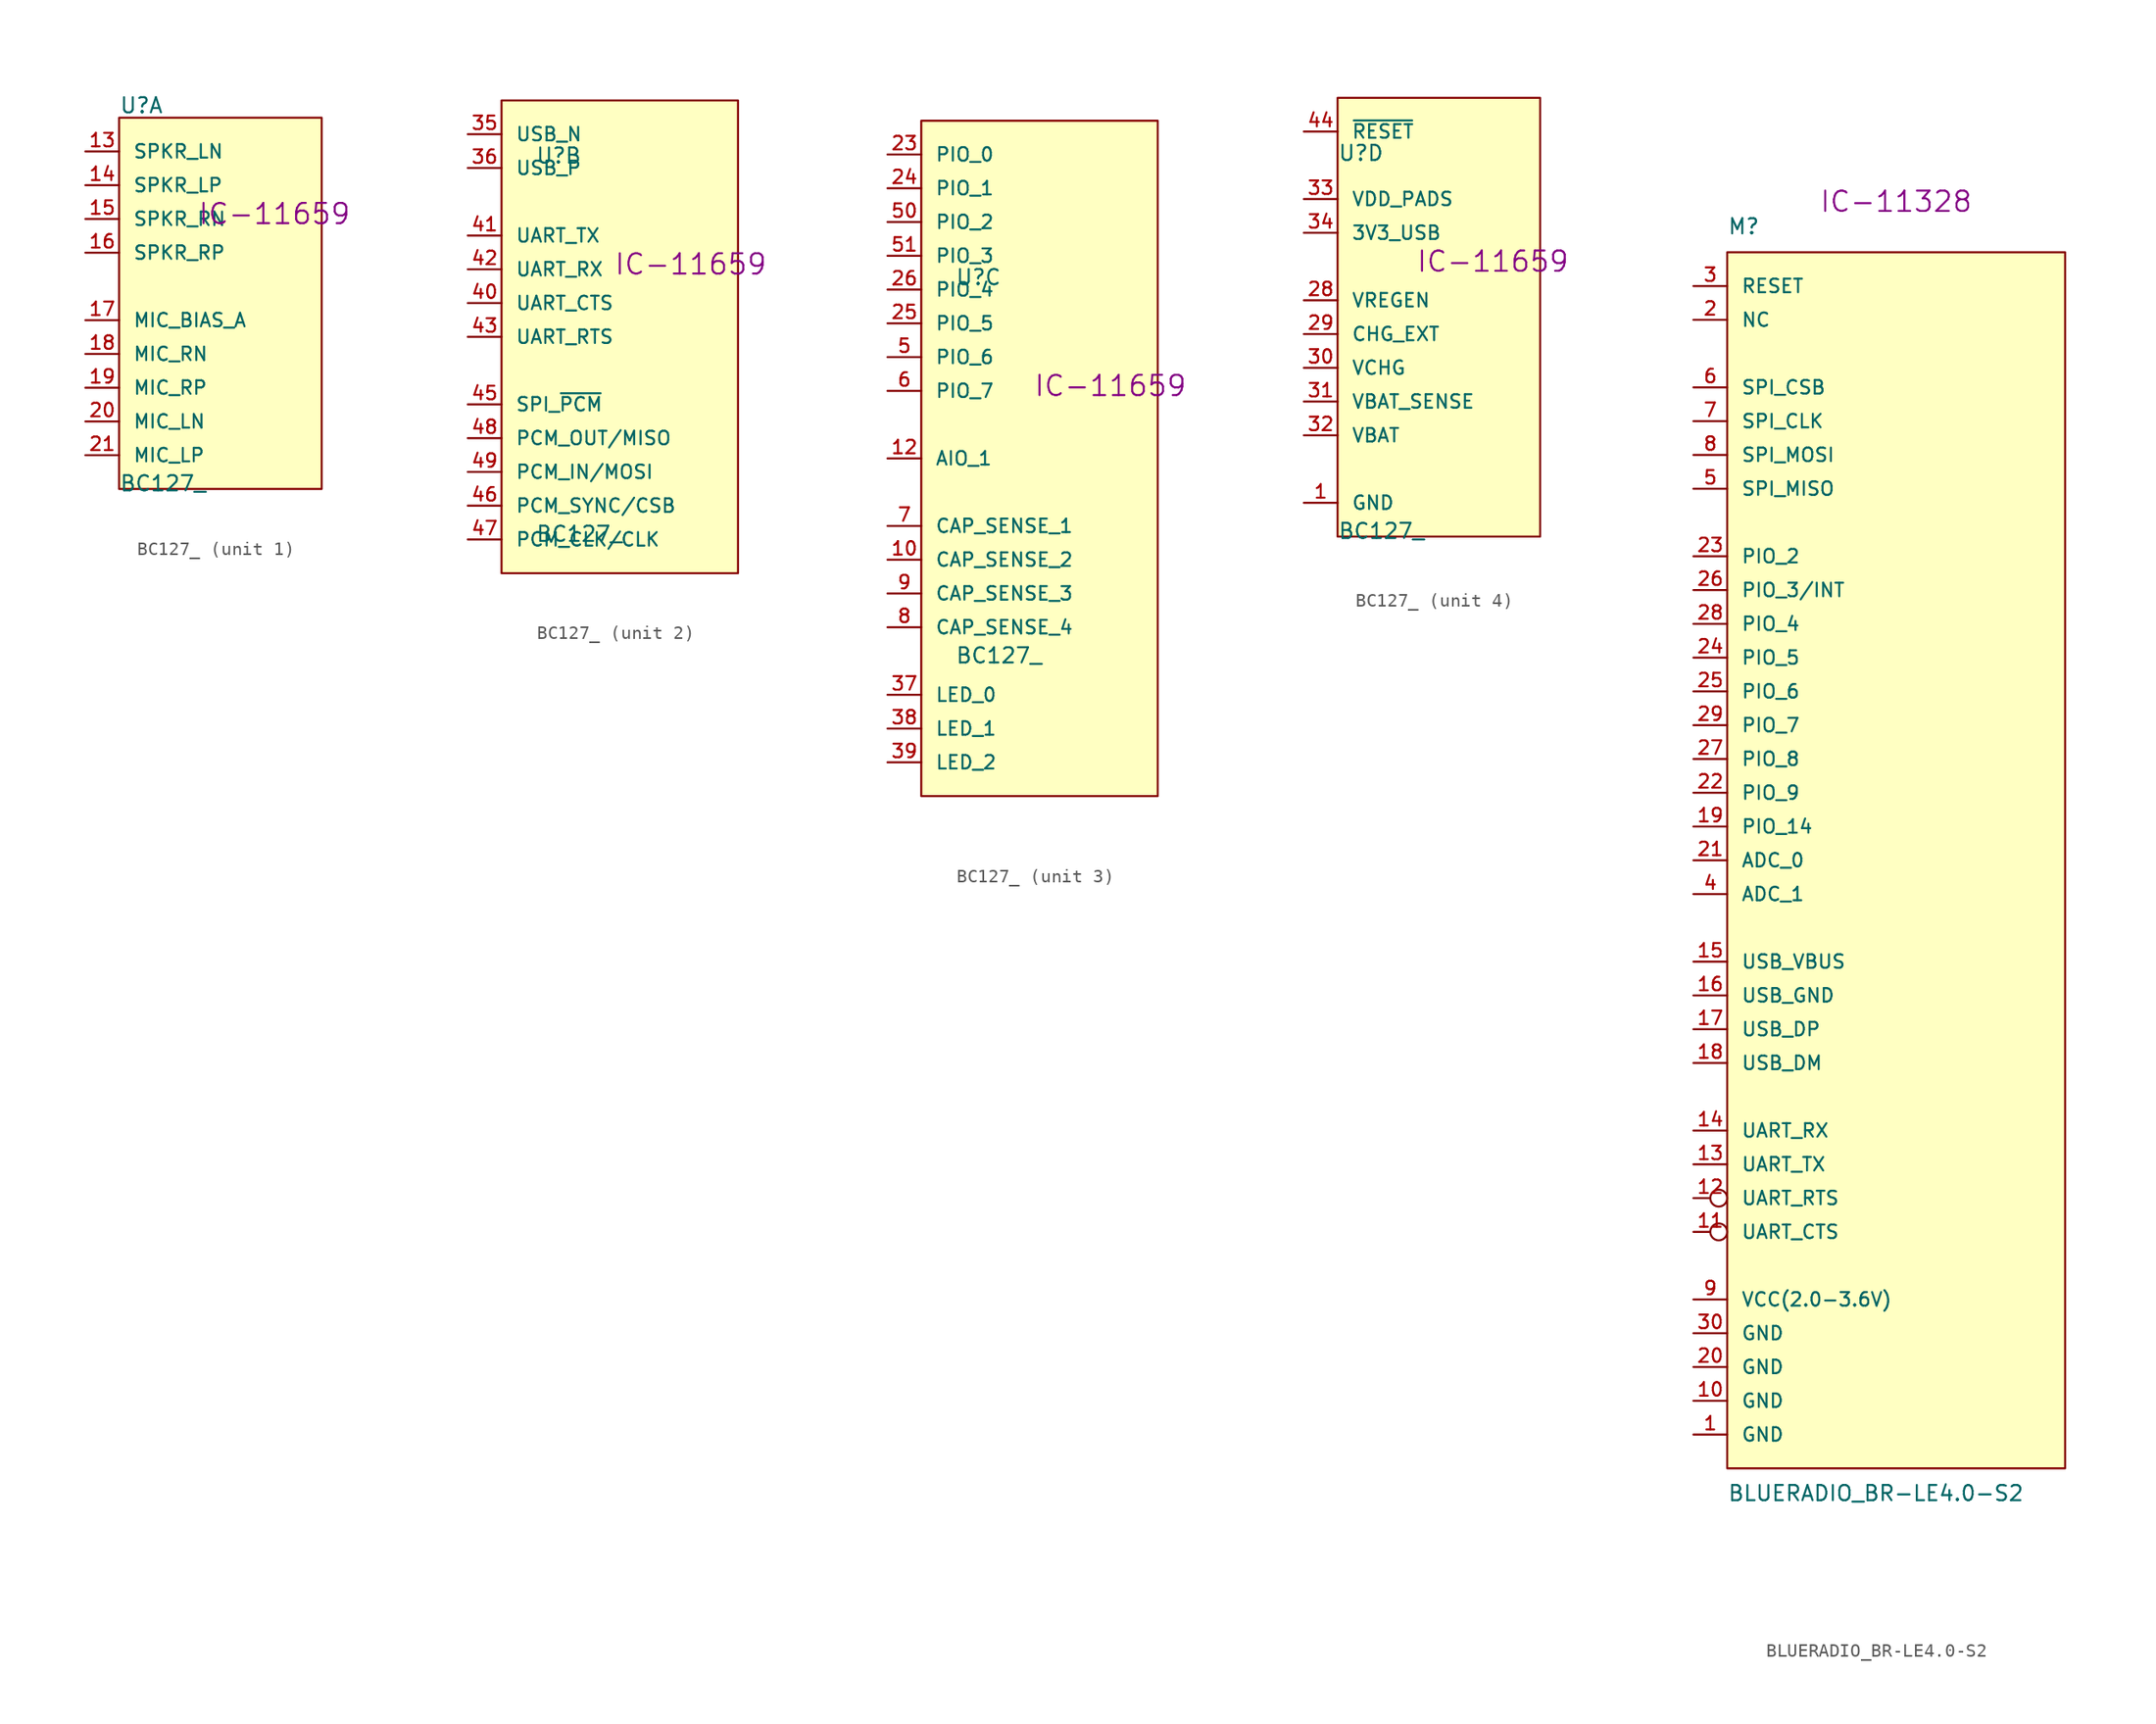
<source format=kicad_sym>
(kicad_symbol_lib
  (version 20201005)
  (generator kicad_symbol_editor)
  (symbol "BC127_"
    (pin_names
      (offset 1.016))
    (property "Reference" "U"
      (at -7.62 12.954 0)
      (effects (font (size 1.143 1.143)) (justify left bottom)))
    (property "Value" "BC127_"
      (at -7.62 -15.494 0)
      (effects (font (size 1.143 1.143)) (justify left bottom)))
    (property "Field4" "IC-11659"
      (at 4.064 5.461 0)
      (effects (font (size 1.524 1.524))))
    (property "ki_locked" ""
      (at 0 0 0)
      (effects (font (size 1.27 1.27))))
    (symbol "BC127__1_1"
      (polyline (pts (xy -7.62 12.7) (xy -7.62 -15.24) (xy 7.62 -15.24) (xy 7.62 12.7) (xy -7.62 12.7)) (stroke (width 0)) (fill (type background)))
      (pin bidirectional line (at -10.16 -10.16 0) (length 2.54) (name "MIC_LN" (effects (font (size 1.016 1.016)))) (number "20" (effects (font (size 1.016 1.016)))))
      (pin bidirectional line (at -10.16 -12.7 0) (length 2.54) (name "MIC_LP" (effects (font (size 1.016 1.016)))) (number "21" (effects (font (size 1.016 1.016)))))
      (pin bidirectional line (at -10.16 10.16 0) (length 2.54) (name "SPKR_LN" (effects (font (size 1.016 1.016)))) (number "13" (effects (font (size 1.016 1.016)))))
      (pin bidirectional line (at -10.16 7.62 0) (length 2.54) (name "SPKR_LP" (effects (font (size 1.016 1.016)))) (number "14" (effects (font (size 1.016 1.016)))))
      (pin bidirectional line (at -10.16 5.08 0) (length 2.54) (name "SPKR_RN" (effects (font (size 1.016 1.016)))) (number "15" (effects (font (size 1.016 1.016)))))
      (pin bidirectional line (at -10.16 2.54 0) (length 2.54) (name "SPKR_RP" (effects (font (size 1.016 1.016)))) (number "16" (effects (font (size 1.016 1.016)))))
      (pin bidirectional line (at -10.16 -2.54 0) (length 2.54) (name "MIC_BIAS_A" (effects (font (size 1.016 1.016)))) (number "17" (effects (font (size 1.016 1.016)))))
      (pin bidirectional line (at -10.16 -5.08 0) (length 2.54) (name "MIC_RN" (effects (font (size 1.016 1.016)))) (number "18" (effects (font (size 1.016 1.016)))))
      (pin bidirectional line (at -10.16 -7.62 0) (length 2.54) (name "MIC_RP" (effects (font (size 1.016 1.016)))) (number "19" (effects (font (size 1.016 1.016))))))
    (symbol "BC127__2_1"
      (polyline (pts (xy -10.16 17.78) (xy -10.16 -17.78) (xy 7.62 -17.78) (xy 7.62 17.78) (xy -10.16 17.78)) (stroke (width 0)) (fill (type background)))
      (pin bidirectional line (at -12.7 2.54 0) (length 2.54) (name "UART_CTS" (effects (font (size 1.016 1.016)))) (number "40" (effects (font (size 1.016 1.016)))))
      (pin bidirectional line (at -12.7 7.62 0) (length 2.54) (name "UART_TX" (effects (font (size 1.016 1.016)))) (number "41" (effects (font (size 1.016 1.016)))))
      (pin bidirectional line (at -12.7 5.08 0) (length 2.54) (name "UART_RX" (effects (font (size 1.016 1.016)))) (number "42" (effects (font (size 1.016 1.016)))))
      (pin bidirectional line (at -12.7 0 0) (length 2.54) (name "UART_RTS" (effects (font (size 1.016 1.016)))) (number "43" (effects (font (size 1.016 1.016)))))
      (pin bidirectional line (at -12.7 15.24 0) (length 2.54) (name "USB_N" (effects (font (size 1.016 1.016)))) (number "35" (effects (font (size 1.016 1.016)))))
      (pin bidirectional line (at -12.7 -5.08 0) (length 2.54) (name "SPI_~PCM" (effects (font (size 1.016 1.016)))) (number "45" (effects (font (size 1.016 1.016)))))
      (pin bidirectional line (at -12.7 12.7 0) (length 2.54) (name "USB_P" (effects (font (size 1.016 1.016)))) (number "36" (effects (font (size 1.016 1.016)))))
      (pin bidirectional line (at -12.7 -12.7 0) (length 2.54) (name "PCM_SYNC/CSB" (effects (font (size 1.016 1.016)))) (number "46" (effects (font (size 1.016 1.016)))))
      (pin bidirectional line (at -12.7 -15.24 0) (length 2.54) (name "PCM_CLK/CLK" (effects (font (size 1.016 1.016)))) (number "47" (effects (font (size 1.016 1.016)))))
      (pin bidirectional line (at -12.7 -7.62 0) (length 2.54) (name "PCM_OUT/MISO" (effects (font (size 1.016 1.016)))) (number "48" (effects (font (size 1.016 1.016)))))
      (pin bidirectional line (at -12.7 -10.16 0) (length 2.54) (name "PCM_IN/MOSI" (effects (font (size 1.016 1.016)))) (number "49" (effects (font (size 1.016 1.016))))))
    (symbol "BC127__3_1"
      (polyline (pts (xy -10.16 25.4) (xy -10.16 -25.4) (xy 7.62 -25.4) (xy 7.62 25.4) (xy -10.16 25.4)) (stroke (width 0)) (fill (type background)))
      (pin bidirectional line (at -12.7 7.62 0) (length 2.54) (name "PIO_6" (effects (font (size 1.016 1.016)))) (number "5" (effects (font (size 1.016 1.016)))))
      (pin bidirectional line (at -12.7 5.08 0) (length 2.54) (name "PIO_7" (effects (font (size 1.016 1.016)))) (number "6" (effects (font (size 1.016 1.016)))))
      (pin bidirectional line (at -12.7 -5.08 0) (length 2.54) (name "CAP_SENSE_1" (effects (font (size 1.016 1.016)))) (number "7" (effects (font (size 1.016 1.016)))))
      (pin bidirectional line (at -12.7 -12.7 0) (length 2.54) (name "CAP_SENSE_4" (effects (font (size 1.016 1.016)))) (number "8" (effects (font (size 1.016 1.016)))))
      (pin bidirectional line (at -12.7 -10.16 0) (length 2.54) (name "CAP_SENSE_3" (effects (font (size 1.016 1.016)))) (number "9" (effects (font (size 1.016 1.016)))))
      (pin bidirectional line (at -12.7 -7.62 0) (length 2.54) (name "CAP_SENSE_2" (effects (font (size 1.016 1.016)))) (number "10" (effects (font (size 1.016 1.016)))))
      (pin bidirectional line (at -12.7 17.78 0) (length 2.54) (name "PIO_2" (effects (font (size 1.016 1.016)))) (number "50" (effects (font (size 1.016 1.016)))))
      (pin bidirectional line (at -12.7 15.24 0) (length 2.54) (name "PIO_3" (effects (font (size 1.016 1.016)))) (number "51" (effects (font (size 1.016 1.016)))))
      (pin bidirectional line (at -12.7 0 0) (length 2.54) (name "AIO_1" (effects (font (size 1.016 1.016)))) (number "12" (effects (font (size 1.016 1.016)))))
      (pin bidirectional line (at -12.7 22.86 0) (length 2.54) (name "PIO_0" (effects (font (size 1.016 1.016)))) (number "23" (effects (font (size 1.016 1.016)))))
      (pin bidirectional line (at -12.7 20.32 0) (length 2.54) (name "PIO_1" (effects (font (size 1.016 1.016)))) (number "24" (effects (font (size 1.016 1.016)))))
      (pin bidirectional line (at -12.7 10.16 0) (length 2.54) (name "PIO_5" (effects (font (size 1.016 1.016)))) (number "25" (effects (font (size 1.016 1.016)))))
      (pin bidirectional line (at -12.7 12.7 0) (length 2.54) (name "PIO_4" (effects (font (size 1.016 1.016)))) (number "26" (effects (font (size 1.016 1.016)))))
      (pin bidirectional line (at -12.7 -17.78 0) (length 2.54) (name "LED_0" (effects (font (size 1.016 1.016)))) (number "37" (effects (font (size 1.016 1.016)))))
      (pin bidirectional line (at -12.7 -20.32 0) (length 2.54) (name "LED_1" (effects (font (size 1.016 1.016)))) (number "38" (effects (font (size 1.016 1.016)))))
      (pin bidirectional line (at -12.7 -22.86 0) (length 2.54) (name "LED_2" (effects (font (size 1.016 1.016)))) (number "39" (effects (font (size 1.016 1.016))))))
    (symbol "BC127__4_1"
      (polyline (pts (xy -7.62 17.78) (xy -7.62 -15.24) (xy 7.62 -15.24) (xy 7.62 17.78) (xy -7.62 17.78)) (stroke (width 0)) (fill (type background)))
      (pin bidirectional line (at -10.16 -12.7 0) (length 2.54) (name "GND" (effects (font (size 1.016 1.016)))) (number "1" (effects (font (size 1.016 1.016)))))
      (pin bidirectional line (at -10.16 -12.7 0) (length 2.54) hide (name "GND" (effects (font (size 1.016 1.016)))) (number "2" (effects (font (size 1.016 1.016)))))
      (pin bidirectional line (at -10.16 -12.7 0) (length 2.54) hide (name "GND" (effects (font (size 1.016 1.016)))) (number "3" (effects (font (size 1.016 1.016)))))
      (pin bidirectional line (at -10.16 -12.7 0) (length 2.54) hide (name "GND" (effects (font (size 1.016 1.016)))) (number "4" (effects (font (size 1.016 1.016)))))
      (pin bidirectional line (at -10.16 -2.54 0) (length 2.54) (name "VCHG" (effects (font (size 1.016 1.016)))) (number "30" (effects (font (size 1.016 1.016)))))
      (pin bidirectional line (at -10.16 -12.7 0) (length 2.54) hide (name "GND" (effects (font (size 1.016 1.016)))) (number "11" (effects (font (size 1.016 1.016)))))
      (pin bidirectional line (at -10.16 -5.08 0) (length 2.54) (name "VBAT_SENSE" (effects (font (size 1.016 1.016)))) (number "31" (effects (font (size 1.016 1.016)))))
      (pin bidirectional line (at -10.16 -12.7 0) (length 2.54) hide (name "GND" (effects (font (size 1.016 1.016)))) (number "22" (effects (font (size 1.016 1.016)))))
      (pin bidirectional line (at -10.16 -7.62 0) (length 2.54) (name "VBAT" (effects (font (size 1.016 1.016)))) (number "32" (effects (font (size 1.016 1.016)))))
      (pin bidirectional line (at -10.16 10.16 0) (length 2.54) (name "VDD_PADS" (effects (font (size 1.016 1.016)))) (number "33" (effects (font (size 1.016 1.016)))))
      (pin bidirectional line (at -10.16 7.62 0) (length 2.54) (name "3V3_USB" (effects (font (size 1.016 1.016)))) (number "34" (effects (font (size 1.016 1.016)))))
      (pin bidirectional line (at -10.16 15.24 0) (length 2.54) (name "~RESET" (effects (font (size 1.016 1.016)))) (number "44" (effects (font (size 1.016 1.016)))))
      (pin bidirectional line (at -10.16 -12.7 0) (length 2.54) hide (name "GND" (effects (font (size 1.016 1.016)))) (number "27" (effects (font (size 1.016 1.016)))))
      (pin bidirectional line (at -10.16 2.54 0) (length 2.54) (name "VREGEN" (effects (font (size 1.016 1.016)))) (number "28" (effects (font (size 1.016 1.016)))))
      (pin bidirectional line (at -10.16 0 0) (length 2.54) (name "CHG_EXT" (effects (font (size 1.016 1.016)))) (number "29" (effects (font (size 1.016 1.016)))))))
  (symbol "BLUERADIO_BR-LE4.0-S2"
    (pin_names
      (offset 1.016))
    (property "Reference" "M"
      (at -12.7 44.45 0)
      (effects (font (size 1.143 1.143)) (justify left bottom)))
    (property "Value" "BLUERADIO_BR-LE4.0-S2"
      (at -12.7 -50.8 0)
      (effects (font (size 1.143 1.143)) (justify left bottom)))
    (property "Field4" "IC-11328"
      (at 0 46.99 0)
      (effects (font (size 1.524 1.524))))
    (property "ki_locked" ""
      (at 0 0 0)
      (effects (font (size 1.27 1.27))))
    (symbol "BLUERADIO_BR-LE4.0-S2_1_1"
      (polyline (pts (xy -12.7 43.18) (xy 12.7 43.18) (xy 12.7 -48.26) (xy -12.7 -48.26) (xy -12.7 43.18)) (stroke (width 0)) (fill (type background)))
      (pin power_in line (at -15.24 -45.72 0) (length 2.54) (name "GND" (effects (font (size 1.016 1.016)))) (number "1" (effects (font (size 1.016 1.016)))))
      (pin unspecified line (at -15.24 38.1 0) (length 2.54) (name "NC" (effects (font (size 1.016 1.016)))) (number "2" (effects (font (size 1.016 1.016)))))
      (pin input line (at -15.24 40.64 0) (length 2.54) (name "RESET" (effects (font (size 1.016 1.016)))) (number "3" (effects (font (size 1.016 1.016)))))
      (pin input line (at -15.24 -5.08 0) (length 2.54) (name "ADC_1" (effects (font (size 1.016 1.016)))) (number "4" (effects (font (size 1.016 1.016)))))
      (pin bidirectional line (at -15.24 25.4 0) (length 2.54) (name "SPI_MISO" (effects (font (size 1.016 1.016)))) (number "5" (effects (font (size 1.016 1.016)))))
      (pin bidirectional line (at -15.24 33.02 0) (length 2.54) (name "SPI_CSB" (effects (font (size 1.016 1.016)))) (number "6" (effects (font (size 1.016 1.016)))))
      (pin bidirectional line (at -15.24 30.48 0) (length 2.54) (name "SPI_CLK" (effects (font (size 1.016 1.016)))) (number "7" (effects (font (size 1.016 1.016)))))
      (pin bidirectional line (at -15.24 27.94 0) (length 2.54) (name "SPI_MOSI" (effects (font (size 1.016 1.016)))) (number "8" (effects (font (size 1.016 1.016)))))
      (pin power_in line (at -15.24 -35.56 0) (length 2.54) (name "VCC(2.0-3.6V)" (effects (font (size 1.016 1.016)))) (number "9" (effects (font (size 1.016 1.016)))))
      (pin power_in line (at -15.24 -43.18 0) (length 2.54) (name "GND" (effects (font (size 1.016 1.016)))) (number "10" (effects (font (size 1.016 1.016)))))
      (pin power_in line (at -15.24 -40.64 0) (length 2.54) (name "GND" (effects (font (size 1.016 1.016)))) (number "20" (effects (font (size 1.016 1.016)))))
      (pin power_in line (at -15.24 -38.1 0) (length 2.54) (name "GND" (effects (font (size 1.016 1.016)))) (number "30" (effects (font (size 1.016 1.016)))))
      (pin input inverted (at -15.24 -30.48 0) (length 2.54) (name "UART_CTS" (effects (font (size 1.016 1.016)))) (number "11" (effects (font (size 1.016 1.016)))))
      (pin input line (at -15.24 -2.54 0) (length 2.54) (name "ADC_0" (effects (font (size 1.016 1.016)))) (number "21" (effects (font (size 1.016 1.016)))))
      (pin output inverted (at -15.24 -27.94 0) (length 2.54) (name "UART_RTS" (effects (font (size 1.016 1.016)))) (number "12" (effects (font (size 1.016 1.016)))))
      (pin bidirectional line (at -15.24 2.54 0) (length 2.54) (name "PIO_9" (effects (font (size 1.016 1.016)))) (number "22" (effects (font (size 1.016 1.016)))))
      (pin output line (at -15.24 -25.4 0) (length 2.54) (name "UART_TX" (effects (font (size 1.016 1.016)))) (number "13" (effects (font (size 1.016 1.016)))))
      (pin bidirectional line (at -15.24 20.32 0) (length 2.54) (name "PIO_2" (effects (font (size 1.016 1.016)))) (number "23" (effects (font (size 1.016 1.016)))))
      (pin input line (at -15.24 -22.86 0) (length 2.54) (name "UART_RX" (effects (font (size 1.016 1.016)))) (number "14" (effects (font (size 1.016 1.016)))))
      (pin bidirectional line (at -15.24 12.7 0) (length 2.54) (name "PIO_5" (effects (font (size 1.016 1.016)))) (number "24" (effects (font (size 1.016 1.016)))))
      (pin bidirectional line (at -15.24 -10.16 0) (length 2.54) (name "USB_VBUS" (effects (font (size 1.016 1.016)))) (number "15" (effects (font (size 1.016 1.016)))))
      (pin bidirectional line (at -15.24 10.16 0) (length 2.54) (name "PIO_6" (effects (font (size 1.016 1.016)))) (number "25" (effects (font (size 1.016 1.016)))))
      (pin bidirectional line (at -15.24 -12.7 0) (length 2.54) (name "USB_GND" (effects (font (size 1.016 1.016)))) (number "16" (effects (font (size 1.016 1.016)))))
      (pin bidirectional line (at -15.24 17.78 0) (length 2.54) (name "PIO_3/INT" (effects (font (size 1.016 1.016)))) (number "26" (effects (font (size 1.016 1.016)))))
      (pin bidirectional line (at -15.24 -15.24 0) (length 2.54) (name "USB_DP" (effects (font (size 1.016 1.016)))) (number "17" (effects (font (size 1.016 1.016)))))
      (pin bidirectional line (at -15.24 5.08 0) (length 2.54) (name "PIO_8" (effects (font (size 1.016 1.016)))) (number "27" (effects (font (size 1.016 1.016)))))
      (pin bidirectional line (at -15.24 -17.78 0) (length 2.54) (name "USB_DM" (effects (font (size 1.016 1.016)))) (number "18" (effects (font (size 1.016 1.016)))))
      (pin bidirectional line (at -15.24 15.24 0) (length 2.54) (name "PIO_4" (effects (font (size 1.016 1.016)))) (number "28" (effects (font (size 1.016 1.016)))))
      (pin bidirectional line (at -15.24 0 0) (length 2.54) (name "PIO_14" (effects (font (size 1.016 1.016)))) (number "19" (effects (font (size 1.016 1.016)))))
      (pin bidirectional line (at -15.24 7.62 0) (length 2.54) (name "PIO_7" (effects (font (size 1.016 1.016)))) (number "29" (effects (font (size 1.016 1.016))))))))
</source>
